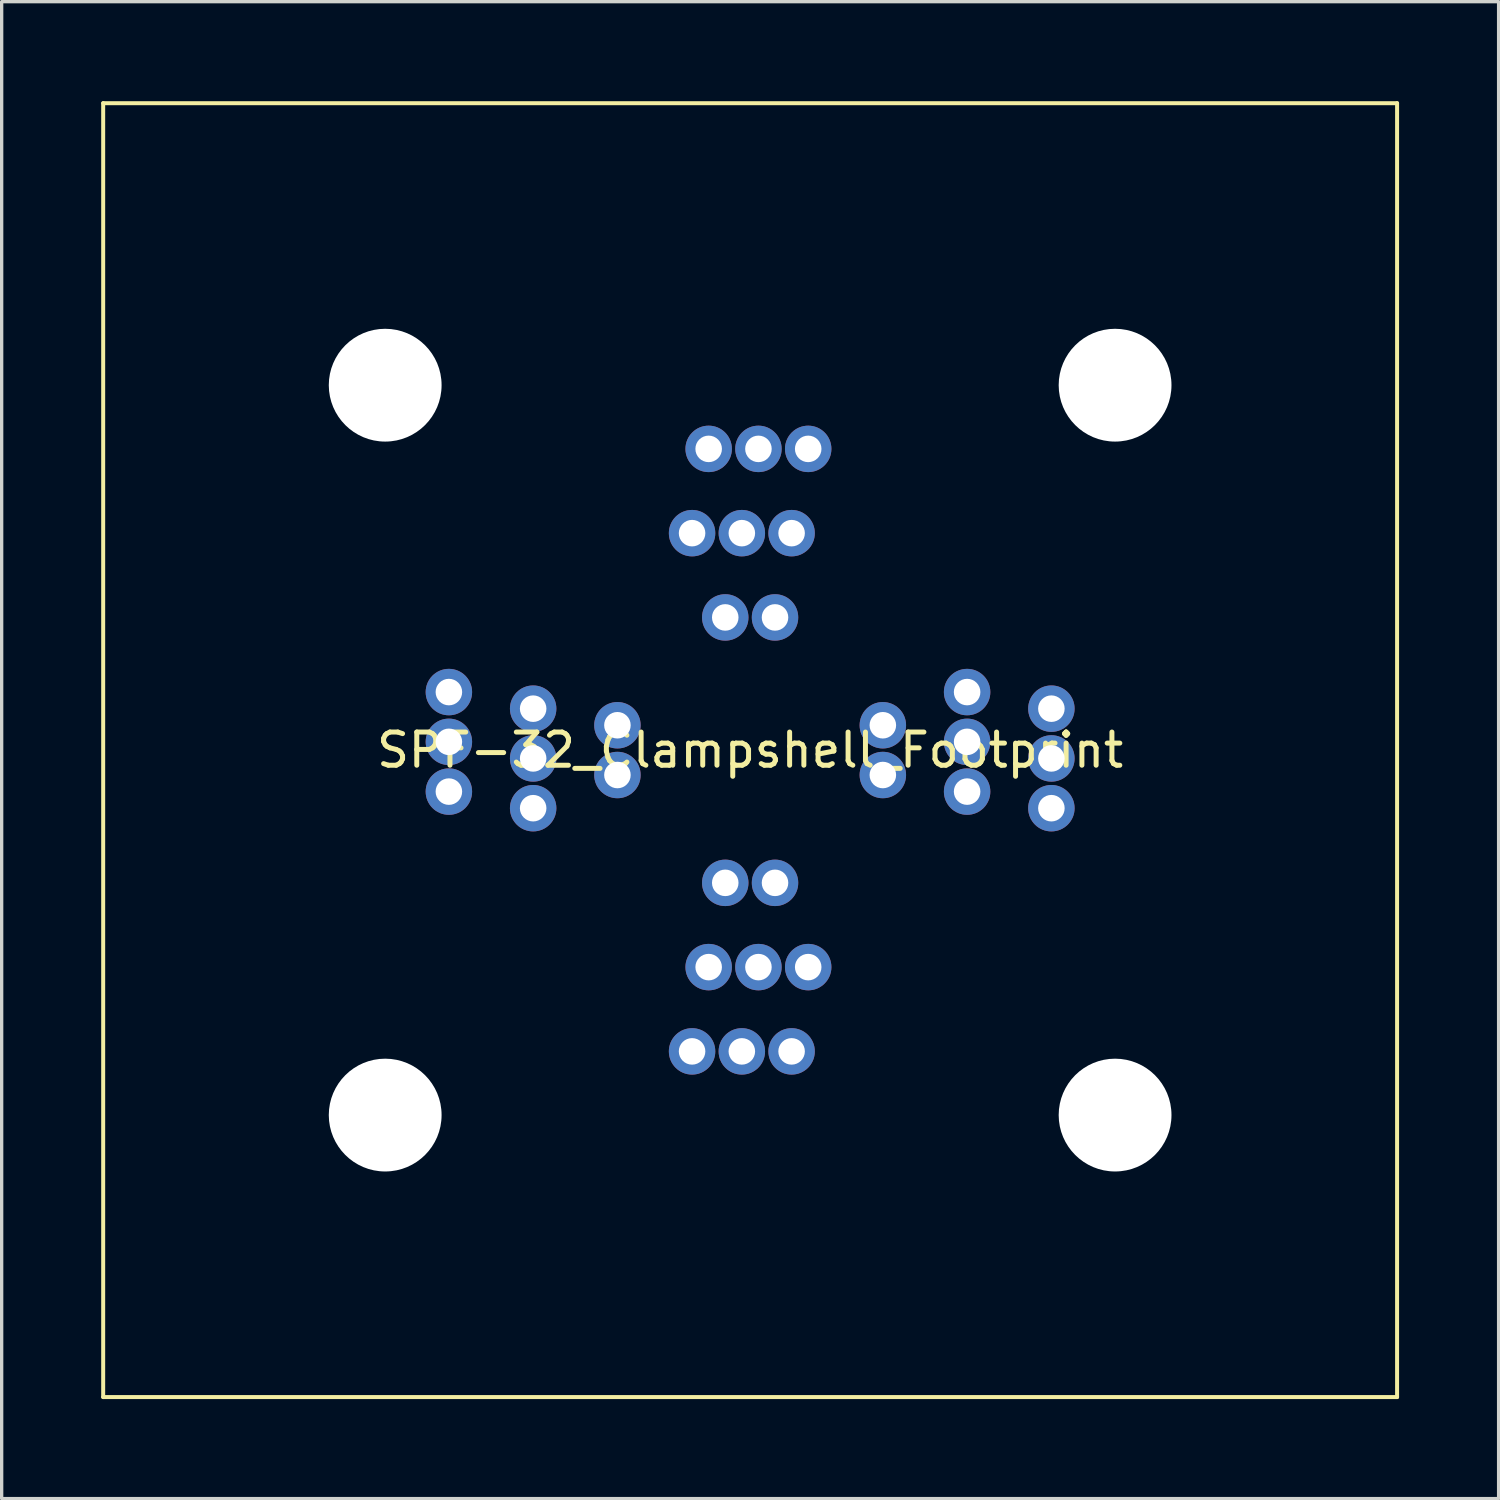
<source format=kicad_pcb>
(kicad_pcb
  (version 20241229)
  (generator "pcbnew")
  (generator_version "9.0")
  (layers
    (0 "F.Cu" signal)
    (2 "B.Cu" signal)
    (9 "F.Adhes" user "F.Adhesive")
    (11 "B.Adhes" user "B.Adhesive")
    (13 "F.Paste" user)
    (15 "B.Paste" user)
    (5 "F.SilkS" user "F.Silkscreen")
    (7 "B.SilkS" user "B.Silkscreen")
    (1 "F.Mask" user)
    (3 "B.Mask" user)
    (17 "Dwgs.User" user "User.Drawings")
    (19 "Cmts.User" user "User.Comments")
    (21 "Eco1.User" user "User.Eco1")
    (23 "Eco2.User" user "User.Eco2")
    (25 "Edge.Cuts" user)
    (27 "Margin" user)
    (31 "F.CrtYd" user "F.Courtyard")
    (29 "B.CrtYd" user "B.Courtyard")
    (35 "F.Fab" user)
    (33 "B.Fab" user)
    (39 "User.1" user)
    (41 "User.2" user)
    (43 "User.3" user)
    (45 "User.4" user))
  (footprint "SPF-32_Clampshell_Footprint"
    (layer "F.Cu")
    (at 19.56 19.56)
    (property "Reference" "SPF-32_Clampshell_Footprint" (at 0 0 0) (layer "F.SilkS") (effects (font (size 1 1) (thickness 0.15))))
    (attr through_hole)
    (fp_line (start -19.5 -19.5) (end 19.5 -19.5) (stroke (width 0.12) (type solid)) (layer "F.SilkS"))
    (fp_line (start -19.5 19.5) (end -19.5 -19.5) (stroke (width 0.12) (type solid)) (layer "F.SilkS"))
    (fp_line (start -19.5 19.5) (end 19.5 19.5) (stroke (width 0.12) (type solid)) (layer "F.SilkS"))
    (fp_line (start 19.5 19.5) (end 19.5 -19.5) (stroke (width 0.12) (type solid)) (layer "F.SilkS"))
    (pad "" np_thru_hole circle (at -11 -11) (size 3.4 3.4) (drill 3.4) (layers "*.Cu" "*.Mask"))
    (pad "" np_thru_hole circle (at -11 11) (size 3.4 3.4) (drill 3.4) (layers "*.Cu" "*.Mask"))
    (pad "" np_thru_hole circle (at 11 -11) (size 3.4 3.4) (drill 3.4) (layers "*.Cu" "*.Mask"))
    (pad "" np_thru_hole circle (at 11 11) (size 3.4 3.4) (drill 3.4) (layers "*.Cu" "*.Mask"))
    (pad "1" thru_hole circle (at -1.75 9.08) (size 1.4 1.4) (drill 0.8) (layers "*.Cu" "*.Mask"))
    (pad "2" thru_hole circle (at -1.25 6.54) (size 1.4 1.4) (drill 0.8) (layers "*.Cu" "*.Mask"))
    (pad "3" thru_hole circle (at -0.75 4) (size 1.4 1.4) (drill 0.8) (layers "*.Cu" "*.Mask"))
    (pad "4" thru_hole circle (at -0.25 9.08) (size 1.4 1.4) (drill 0.8) (layers "*.Cu" "*.Mask"))
    (pad "5" thru_hole circle (at 0.25 6.54) (size 1.4 1.4) (drill 0.8) (layers "*.Cu" "*.Mask"))
    (pad "6" thru_hole circle (at 0.75 4) (size 1.4 1.4) (drill 0.8) (layers "*.Cu" "*.Mask"))
    (pad "7" thru_hole circle (at 1.25 9.08) (size 1.4 1.4) (drill 0.8) (layers "*.Cu" "*.Mask"))
    (pad "8" thru_hole circle (at 1.75 6.54) (size 1.4 1.4) (drill 0.8) (layers "*.Cu" "*.Mask"))
    (pad "9" thru_hole circle (at 9.08 1.75) (size 1.4 1.4) (drill 0.8) (layers "*.Cu" "*.Mask"))
    (pad "10" thru_hole circle (at 6.54 1.25) (size 1.4 1.4) (drill 0.8) (layers "*.Cu" "*.Mask"))
    (pad "11" thru_hole circle (at 4 0.75) (size 1.4 1.4) (drill 0.8) (layers "*.Cu" "*.Mask"))
    (pad "12" thru_hole circle (at 9.08 0.25) (size 1.4 1.4) (drill 0.8) (layers "*.Cu" "*.Mask"))
    (pad "13" thru_hole circle (at 6.54 -0.25) (size 1.4 1.4) (drill 0.8) (layers "*.Cu" "*.Mask"))
    (pad "14" thru_hole circle (at 4 -0.75) (size 1.4 1.4) (drill 0.8) (layers "*.Cu" "*.Mask"))
    (pad "15" thru_hole circle (at 9.08 -1.25) (size 1.4 1.4) (drill 0.8) (layers "*.Cu" "*.Mask"))
    (pad "16" thru_hole circle (at 6.54 -1.75) (size 1.4 1.4) (drill 0.8) (layers "*.Cu" "*.Mask"))
    (pad "17" thru_hole circle (at 1.75 -9.08) (size 1.4 1.4) (drill 0.8) (layers "*.Cu" "*.Mask"))
    (pad "18" thru_hole circle (at 1.25 -6.54) (size 1.4 1.4) (drill 0.8) (layers "*.Cu" "*.Mask"))
    (pad "19" thru_hole circle (at 0.75 -4) (size 1.4 1.4) (drill 0.8) (layers "*.Cu" "*.Mask"))
    (pad "20" thru_hole circle (at 0.25 -9.08) (size 1.4 1.4) (drill 0.8) (layers "*.Cu" "*.Mask"))
    (pad "21" thru_hole circle (at -0.25 -6.54) (size 1.4 1.4) (drill 0.8) (layers "*.Cu" "*.Mask"))
    (pad "22" thru_hole circle (at -0.75 -4) (size 1.4 1.4) (drill 0.8) (layers "*.Cu" "*.Mask"))
    (pad "23" thru_hole circle (at -1.25 -9.08) (size 1.4 1.4) (drill 0.8) (layers "*.Cu" "*.Mask"))
    (pad "24" thru_hole circle (at -1.75 -6.54) (size 1.4 1.4) (drill 0.8) (layers "*.Cu" "*.Mask"))
    (pad "25" thru_hole circle (at -9.08 -1.75) (size 1.4 1.4) (drill 0.8) (layers "*.Cu" "*.Mask"))
    (pad "26" thru_hole circle (at -6.54 -1.25) (size 1.4 1.4) (drill 0.8) (layers "*.Cu" "*.Mask"))
    (pad "27" thru_hole circle (at -4 -0.75) (size 1.4 1.4) (drill 0.8) (layers "*.Cu" "*.Mask"))
    (pad "28" thru_hole circle (at -9.08 -0.25) (size 1.4 1.4) (drill 0.8) (layers "*.Cu" "*.Mask"))
    (pad "29" thru_hole circle (at -6.54 0.25) (size 1.4 1.4) (drill 0.8) (layers "*.Cu" "*.Mask"))
    (pad "30" thru_hole circle (at -4 0.75) (size 1.4 1.4) (drill 0.8) (layers "*.Cu" "*.Mask"))
    (pad "31" thru_hole circle (at -9.08 1.25) (size 1.4 1.4) (drill 0.8) (layers "*.Cu" "*.Mask"))
    (pad "32" thru_hole circle (at -6.54 1.75) (size 1.4 1.4) (drill 0.8) (layers "*.Cu" "*.Mask")))
  (gr_rect
    (start -3 -3)
    (end 42.12 42.12)
    (stroke (width 0.1) (type default))
    (fill no)
    (layer "Edge.Cuts")))
</source>
